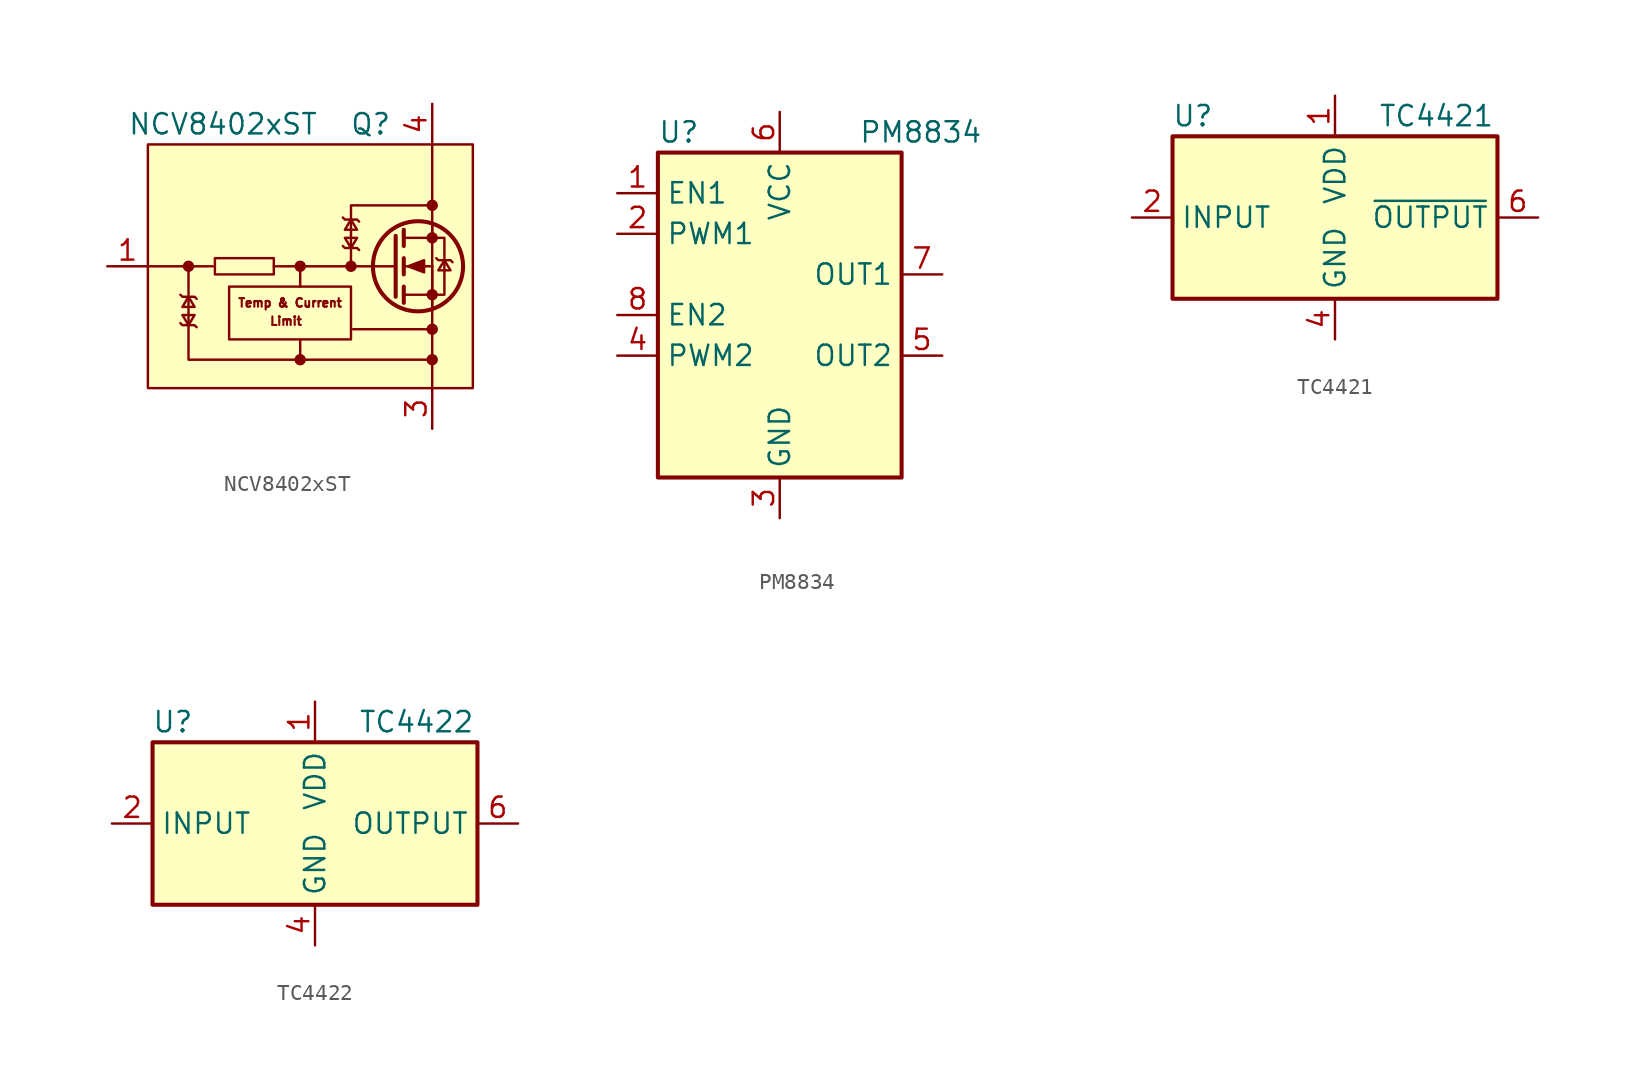
<source format=kicad_sym>
(kicad_symbol_lib
  (version 20220914)
  (generator kicad_symbol_editor)
  (symbol "NCV8402xST"
    (pin_names
      (offset 0) hide)
    (property "Reference" "Q"
      (at 5.08 8.89 0)
      (effects (font (size 1.27 1.27)) (justify right)))
    (property "Value" "NCV8402xST"
      (at -11.43 8.89 0)
      (effects (font (size 1.27 1.27)) (justify left)))
    (symbol "NCV8402xST_0_0"
      (rectangle (start -10.16 7.62) (end 10.16 -7.62) (stroke (width 0) (type default)) (fill (type background)))
      (rectangle (start -5.969 0.508) (end -2.286 -0.508) (stroke (width 0) (type default)) (fill (type none)))
      (polyline (pts (xy 7.62 2.54) (xy 7.62 -7.62)) (stroke (width 0) (type default)) (fill (type none)))
      (polyline (pts (xy 7.62 2.54) (xy 7.62 7.62)) (stroke (width 0) (type default)) (fill (type none)))
      (polyline (pts (xy -0.635 -1.27) (xy -0.635 -0.635) (xy -0.635 0)) (stroke (width 0) (type default)) (fill (type none)))
      (polyline (pts (xy 2.54 0) (xy -2.286 0) (xy -0.889 0)) (stroke (width 0) (type default)) (fill (type none)))
      (polyline (pts (xy 2.54 0) (xy 2.54 3.81) (xy 7.62 3.81)) (stroke (width 0) (type default)) (fill (type none)))
      (polyline (pts (xy 7.62 -5.842) (xy -0.635 -5.842) (xy -0.635 -4.572)) (stroke (width 0) (type default)) (fill (type none)))
      (polyline (pts (xy -0.635 -5.842) (xy -7.62 -5.842) (xy -7.62 0) (xy -6.096 0)) (stroke (width 0) (type default)) (fill (type none)))
      (text "Limit" (at -1.524 -3.429 0) (effects (font (size 0.533 0.533))))
      (text "Temp & Current" (at -1.27 -2.286 0) (effects (font (size 0.533 0.533)))))
    (symbol "NCV8402xST_0_1"
      (rectangle (start -5.08 -1.27) (end 2.54 -4.572) (stroke (width 0) (type default)) (fill (type none)))
      (polyline (pts (xy -7.62 0) (xy -10.16 0)) (stroke (width 0) (type default)) (fill (type none)))
      (polyline (pts (xy 7.62 -3.937) (xy 2.667 -3.937)) (stroke (width 0) (type default)) (fill (type none))))
    (symbol "NCV8402xST_1_1"
      (circle (center -7.62 0) (radius 0.279) (stroke (width 0) (type default)) (fill (type outline)))
      (circle (center -0.635 -5.842) (radius 0.279) (stroke (width 0) (type default)) (fill (type outline)))
      (circle (center -0.635 0) (radius 0.279) (stroke (width 0) (type default)) (fill (type outline)))
      (polyline (pts (xy 2.54 0) (xy 5.334 0)) (stroke (width 0) (type default)) (fill (type none)))
      (polyline (pts (xy 5.842 -1.778) (xy 7.62 -1.778)) (stroke (width 0) (type default)) (fill (type none)))
      (polyline (pts (xy 5.842 -1.27) (xy 5.842 -2.286)) (stroke (width 0.254) (type default)) (fill (type none)))
      (polyline (pts (xy 5.842 0) (xy 7.62 0)) (stroke (width 0) (type default)) (fill (type none)))
      (polyline (pts (xy 5.842 0.508) (xy 5.842 -0.508)) (stroke (width 0.254) (type default)) (fill (type none)))
      (polyline (pts (xy 5.842 1.778) (xy 7.62 1.778)) (stroke (width 0) (type default)) (fill (type none)))
      (polyline (pts (xy 5.842 2.286) (xy 5.842 1.27)) (stroke (width 0.254) (type default)) (fill (type none)))
      (polyline (pts (xy 7.62 -1.778) (xy 7.62 -2.54)) (stroke (width 0) (type default)) (fill (type none)))
      (polyline (pts (xy 7.62 -1.778) (xy 7.62 0)) (stroke (width 0) (type default)) (fill (type none)))
      (polyline (pts (xy 7.62 2.54) (xy 7.62 1.778)) (stroke (width 0) (type default)) (fill (type none)))
      (polyline (pts (xy 5.334 1.905) (xy 5.334 -1.905) (xy 5.334 -1.905)) (stroke (width 0.254) (type default)) (fill (type none)))
      (polyline (pts (xy -8.128 -1.778) (xy -8.001 -1.905) (xy -7.239 -1.905) (xy -7.112 -2.032)) (stroke (width 0) (type default)) (fill (type none)))
      (polyline (pts (xy -7.62 -3.683) (xy -7.239 -3.048) (xy -8.001 -3.048) (xy -7.62 -3.683)) (stroke (width 0) (type default)) (fill (type none)))
      (polyline (pts (xy -7.62 -1.905) (xy -8.001 -2.54) (xy -7.239 -2.54) (xy -7.62 -1.905)) (stroke (width 0) (type default)) (fill (type none)))
      (polyline (pts (xy -7.112 -3.81) (xy -7.239 -3.683) (xy -8.001 -3.683) (xy -8.128 -3.556)) (stroke (width 0) (type default)) (fill (type none)))
      (polyline (pts (xy 2.032 3.048) (xy 2.159 2.921) (xy 2.921 2.921) (xy 3.048 2.794)) (stroke (width 0) (type default)) (fill (type none)))
      (polyline (pts (xy 2.54 1.143) (xy 2.921 1.778) (xy 2.159 1.778) (xy 2.54 1.143)) (stroke (width 0) (type default)) (fill (type none)))
      (polyline (pts (xy 2.54 2.921) (xy 2.159 2.286) (xy 2.921 2.286) (xy 2.54 2.921)) (stroke (width 0) (type default)) (fill (type none)))
      (polyline (pts (xy 3.048 1.016) (xy 2.921 1.143) (xy 2.159 1.143) (xy 2.032 1.27)) (stroke (width 0) (type default)) (fill (type none)))
      (polyline (pts (xy 6.096 0) (xy 7.112 0.381) (xy 7.112 -0.381) (xy 6.096 0)) (stroke (width 0) (type default)) (fill (type outline)))
      (polyline (pts (xy 7.62 -1.778) (xy 8.382 -1.778) (xy 8.382 1.778) (xy 7.62 1.778)) (stroke (width 0) (type default)) (fill (type none)))
      (polyline (pts (xy 7.874 0.508) (xy 8.001 0.381) (xy 8.763 0.381) (xy 8.89 0.254)) (stroke (width 0) (type default)) (fill (type none)))
      (polyline (pts (xy 8.382 0.381) (xy 8.001 -0.254) (xy 8.763 -0.254) (xy 8.382 0.381)) (stroke (width 0) (type default)) (fill (type none)))
      (circle (center 2.54 0) (radius 0.279) (stroke (width 0) (type default)) (fill (type outline)))
      (circle (center 6.731 0) (radius 2.819) (stroke (width 0.254) (type default)) (fill (type none)))
      (circle (center 7.62 -5.842) (radius 0.279) (stroke (width 0) (type default)) (fill (type outline)))
      (circle (center 7.62 -3.937) (radius 0.279) (stroke (width 0) (type default)) (fill (type outline)))
      (circle (center 7.62 -1.778) (radius 0.279) (stroke (width 0) (type default)) (fill (type outline)))
      (circle (center 7.62 1.778) (radius 0.279) (stroke (width 0) (type default)) (fill (type outline)))
      (circle (center 7.62 3.81) (radius 0.279) (stroke (width 0) (type default)) (fill (type outline)))
      (pin input line (at -12.7 0 0) (length 2.54) (name "G" (effects (font (size 1.27 1.27)))) (number "1" (effects (font (size 1.27 1.27)))))
      (pin passive line (at 7.62 10.16 270) (length 2.54) hide (name "D" (effects (font (size 1.27 1.27)))) (number "2" (effects (font (size 1.27 1.27)))))
      (pin passive line (at 7.62 -10.16 90) (length 2.54) (name "S" (effects (font (size 1.27 1.27)))) (number "3" (effects (font (size 1.27 1.27)))))
      (pin passive line (at 7.62 10.16 270) (length 2.54) (name "D" (effects (font (size 1.27 1.27)))) (number "4" (effects (font (size 1.27 1.27)))))))
  (symbol "PM8834"
    (property "Reference" "U"
      (at -7.62 11.43 0)
      (effects (font (size 1.27 1.27)) (justify left)))
    (property "Value" "PM8834"
      (at 12.7 11.43 0)
      (effects (font (size 1.27 1.27)) (justify right)))
    (symbol "PM8834_0_1"
      (rectangle (start -7.62 -10.16) (end 7.62 10.16) (stroke (width 0.254) (type default)) (fill (type background))))
    (symbol "PM8834_1_1"
      (pin input line (at -10.16 7.62 0) (length 2.54) (name "EN1" (effects (font (size 1.27 1.27)))) (number "1" (effects (font (size 1.27 1.27)))))
      (pin input line (at -10.16 5.08 0) (length 2.54) (name "PWM1" (effects (font (size 1.27 1.27)))) (number "2" (effects (font (size 1.27 1.27)))))
      (pin power_in line (at 0 -12.7 90) (length 2.54) (name "GND" (effects (font (size 1.27 1.27)))) (number "3" (effects (font (size 1.27 1.27)))))
      (pin input line (at -10.16 -2.54 0) (length 2.54) (name "PWM2" (effects (font (size 1.27 1.27)))) (number "4" (effects (font (size 1.27 1.27)))))
      (pin output line (at 10.16 -2.54 180) (length 2.54) (name "OUT2" (effects (font (size 1.27 1.27)))) (number "5" (effects (font (size 1.27 1.27)))))
      (pin power_in line (at 0 12.7 270) (length 2.54) (name "VCC" (effects (font (size 1.27 1.27)))) (number "6" (effects (font (size 1.27 1.27)))))
      (pin output line (at 10.16 2.54 180) (length 2.54) (name "OUT1" (effects (font (size 1.27 1.27)))) (number "7" (effects (font (size 1.27 1.27)))))
      (pin input line (at -10.16 0 0) (length 2.54) (name "EN2" (effects (font (size 1.27 1.27)))) (number "8" (effects (font (size 1.27 1.27)))))))
  (symbol "TC4421"
    (property "Reference" "U"
      (at -8.89 6.35 0)
      (effects (font (size 1.27 1.27))))
    (property "Value" "TC4421"
      (at 6.35 6.35 0)
      (effects (font (size 1.27 1.27))))
    (symbol "TC4421_0_1"
      (rectangle (start -10.16 5.08) (end 10.16 -5.08) (stroke (width 0.254) (type default)) (fill (type background))))
    (symbol "TC4421_1_1"
      (pin power_in line (at 0 7.62 270) (length 2.54) (name "VDD" (effects (font (size 1.27 1.27)))) (number "1" (effects (font (size 1.27 1.27)))))
      (pin input line (at -12.7 0 0) (length 2.54) (name "INPUT" (effects (font (size 1.27 1.27)))) (number "2" (effects (font (size 1.27 1.27)))))
      (pin no_connect line (at -5.08 -5.08 90) (length 2.54) hide (name "NC" (effects (font (size 1.27 1.27)))) (number "3" (effects (font (size 1.27 1.27)))))
      (pin power_in line (at 0 -7.62 90) (length 2.54) (name "GND" (effects (font (size 1.27 1.27)))) (number "4" (effects (font (size 1.27 1.27)))))
      (pin passive line (at 0 -7.62 90) (length 2.54) hide (name "GND" (effects (font (size 1.27 1.27)))) (number "5" (effects (font (size 1.27 1.27)))))
      (pin output line (at 12.7 0 180) (length 2.54) (name "~{OUTPUT}" (effects (font (size 1.27 1.27)))) (number "6" (effects (font (size 1.27 1.27)))))
      (pin passive line (at 12.7 0 180) (length 2.54) hide (name "~{OUTPUT}" (effects (font (size 1.27 1.27)))) (number "7" (effects (font (size 1.27 1.27)))))
      (pin passive line (at 0 7.62 270) (length 2.54) hide (name "VDD" (effects (font (size 1.27 1.27)))) (number "8" (effects (font (size 1.27 1.27)))))))
  (symbol "TC4422"
    (property "Reference" "U"
      (at -8.89 6.35 0)
      (effects (font (size 1.27 1.27))))
    (property "Value" "TC4422"
      (at 6.35 6.35 0)
      (effects (font (size 1.27 1.27))))
    (symbol "TC4422_0_1"
      (rectangle (start -10.16 5.08) (end 10.16 -5.08) (stroke (width 0.254) (type default)) (fill (type background))))
    (symbol "TC4422_1_1"
      (pin power_in line (at 0 7.62 270) (length 2.54) (name "VDD" (effects (font (size 1.27 1.27)))) (number "1" (effects (font (size 1.27 1.27)))))
      (pin input line (at -12.7 0 0) (length 2.54) (name "INPUT" (effects (font (size 1.27 1.27)))) (number "2" (effects (font (size 1.27 1.27)))))
      (pin no_connect line (at -5.08 -5.08 90) (length 2.54) hide (name "NC" (effects (font (size 1.27 1.27)))) (number "3" (effects (font (size 1.27 1.27)))))
      (pin power_in line (at 0 -7.62 90) (length 2.54) (name "GND" (effects (font (size 1.27 1.27)))) (number "4" (effects (font (size 1.27 1.27)))))
      (pin passive line (at 0 -7.62 90) (length 2.54) hide (name "GND" (effects (font (size 1.27 1.27)))) (number "5" (effects (font (size 1.27 1.27)))))
      (pin output line (at 12.7 0 180) (length 2.54) (name "OUTPUT" (effects (font (size 1.27 1.27)))) (number "6" (effects (font (size 1.27 1.27)))))
      (pin passive line (at 12.7 0 180) (length 2.54) hide (name "OUTPUT" (effects (font (size 1.27 1.27)))) (number "7" (effects (font (size 1.27 1.27)))))
      (pin passive line (at 0 7.62 270) (length 2.54) hide (name "VDD" (effects (font (size 1.27 1.27)))) (number "8" (effects (font (size 1.27 1.27))))))))
</source>
